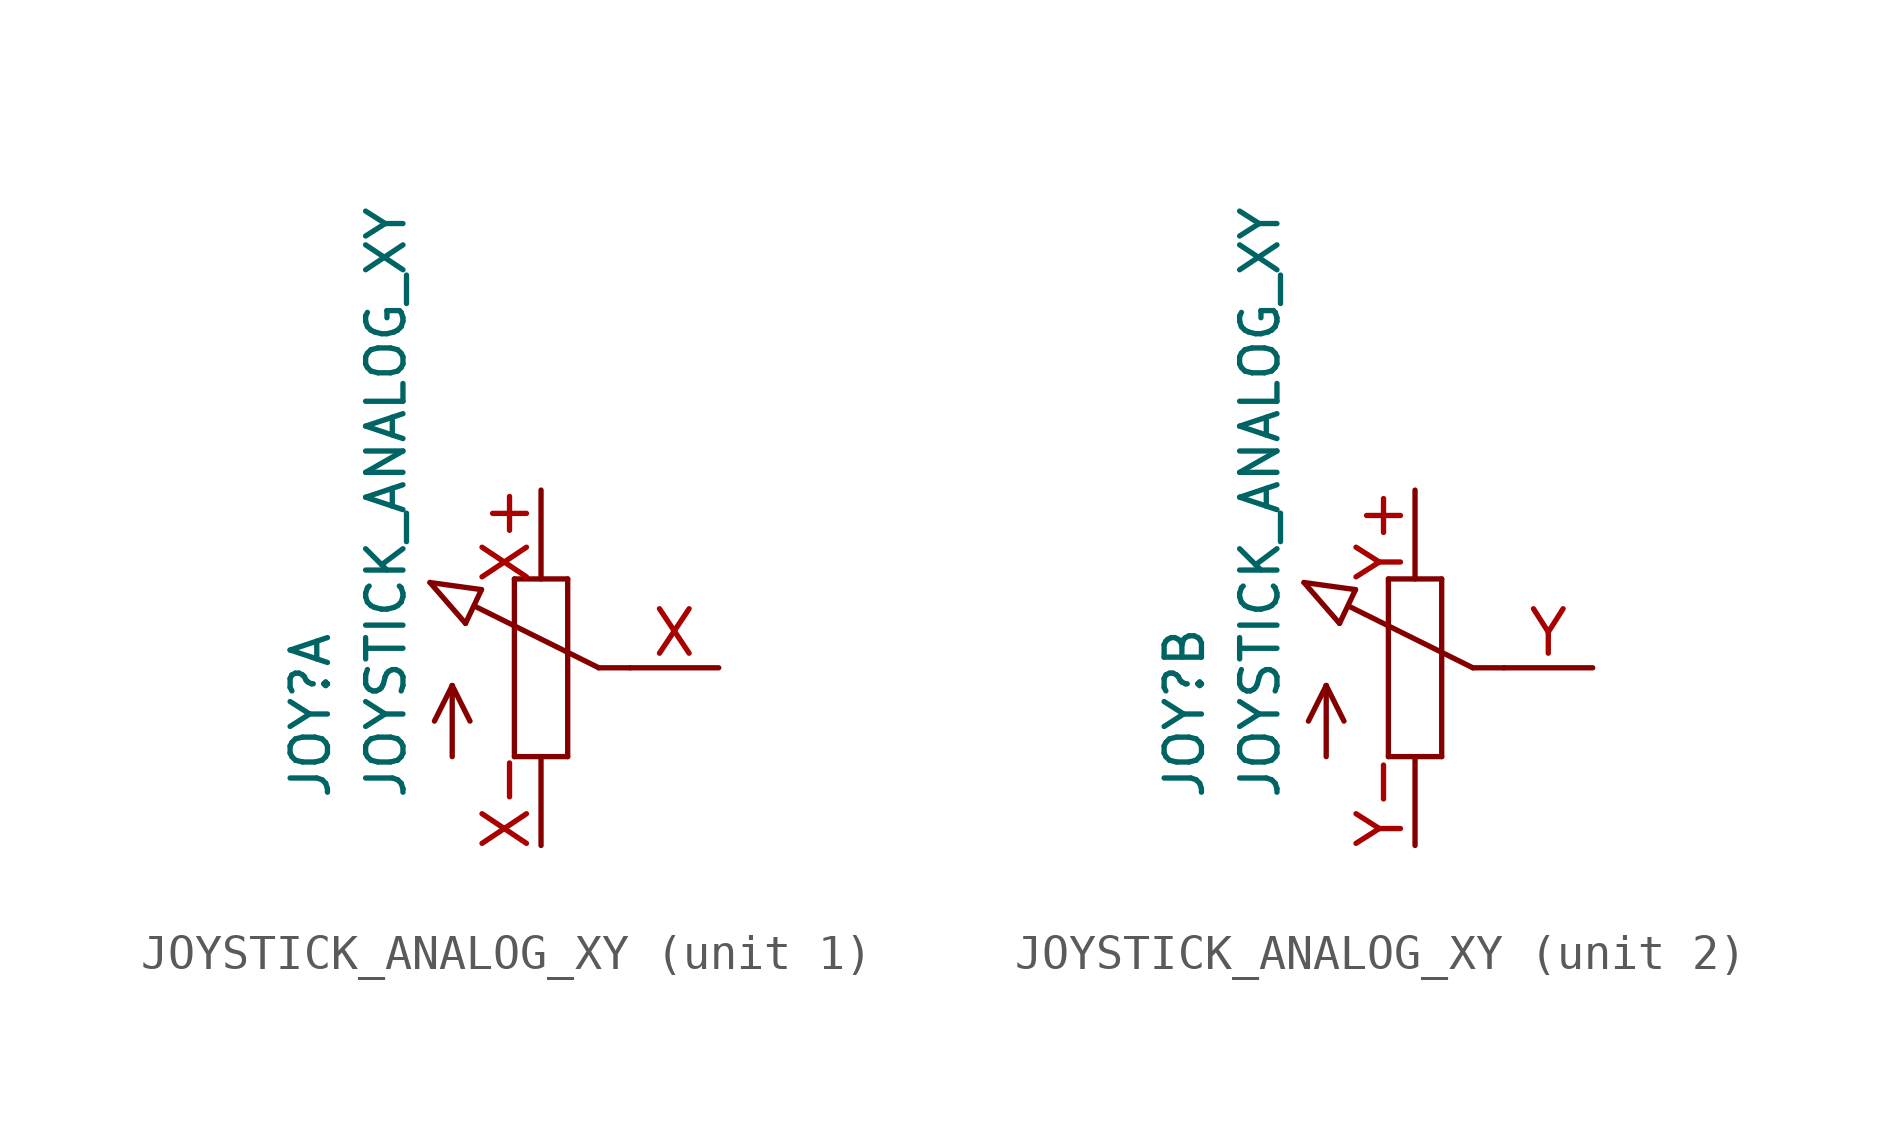
<source format=kicad_sym>
(kicad_symbol_lib
  (version 20220914)
  (generator kicad_symbol_editor)
  (symbol "JOYSTICK_ANALOG_XY"
    (pin_names
      (offset 1.016))
    (property "Reference" "JOY"
      (at -5.969 -3.81 90)
      (effects (font (size 1.067 1.067)) (justify left bottom)))
    (property "Value" "JOYSTICK_ANALOG_XY"
      (at -3.81 -3.81 90)
      (effects (font (size 1.067 1.067)) (justify left bottom)))
    (property "ki_locked" ""
      (at 0 0 0)
      (effects (font (size 1.27 1.27))))
    (symbol "JOYSTICK_ANALOG_XY_1_0"
      (polyline (pts (xy -3.175 2.438) (xy -1.702 2.235)) (stroke (width 0) (type solid)) (fill (type none)))
      (polyline (pts (xy -2.54 -2.54) (xy -2.54 -0.508)) (stroke (width 0) (type solid)) (fill (type none)))
      (polyline (pts (xy -2.54 -0.508) (xy -3.048 -1.524)) (stroke (width 0) (type solid)) (fill (type none)))
      (polyline (pts (xy -2.54 -0.508) (xy -2.032 -1.524)) (stroke (width 0) (type solid)) (fill (type none)))
      (polyline (pts (xy -2.159 1.27) (xy -3.175 2.438)) (stroke (width 0) (type solid)) (fill (type none)))
      (polyline (pts (xy -2.159 1.27) (xy -1.702 2.235)) (stroke (width 0) (type solid)) (fill (type none)))
      (polyline (pts (xy -0.762 -2.54) (xy 0.762 -2.54)) (stroke (width 0) (type solid)) (fill (type none)))
      (polyline (pts (xy -0.762 2.54) (xy -0.762 -2.54)) (stroke (width 0) (type solid)) (fill (type none)))
      (polyline (pts (xy 0.762 -2.54) (xy 0.762 2.54)) (stroke (width 0) (type solid)) (fill (type none)))
      (polyline (pts (xy 0.762 2.54) (xy -0.762 2.54)) (stroke (width 0) (type solid)) (fill (type none)))
      (polyline (pts (xy 1.651 0) (xy -1.88 1.753)) (stroke (width 0) (type solid)) (fill (type none)))
      (polyline (pts (xy 2.54 0) (xy 1.651 0)) (stroke (width 0) (type solid)) (fill (type none)))
      (pin passive line (at 5.08 0 180) (length 2.54) (name "S" (effects (font (size 0 0)))) (number "X" (effects (font (size 1.27 1.27)))))
      (pin passive line (at 0 5.08 270) (length 2.54) (name "E" (effects (font (size 0 0)))) (number "X+" (effects (font (size 1.27 1.27)))))
      (pin passive line (at 0 -5.08 90) (length 2.54) (name "A" (effects (font (size 0 0)))) (number "X-" (effects (font (size 1.27 1.27))))))
    (symbol "JOYSTICK_ANALOG_XY_2_0"
      (polyline (pts (xy -3.175 2.438) (xy -1.702 2.235)) (stroke (width 0) (type solid)) (fill (type none)))
      (polyline (pts (xy -2.54 -2.54) (xy -2.54 -0.508)) (stroke (width 0) (type solid)) (fill (type none)))
      (polyline (pts (xy -2.54 -0.508) (xy -3.048 -1.524)) (stroke (width 0) (type solid)) (fill (type none)))
      (polyline (pts (xy -2.54 -0.508) (xy -2.032 -1.524)) (stroke (width 0) (type solid)) (fill (type none)))
      (polyline (pts (xy -2.159 1.27) (xy -3.175 2.438)) (stroke (width 0) (type solid)) (fill (type none)))
      (polyline (pts (xy -2.159 1.27) (xy -1.702 2.235)) (stroke (width 0) (type solid)) (fill (type none)))
      (polyline (pts (xy -0.762 -2.54) (xy 0.762 -2.54)) (stroke (width 0) (type solid)) (fill (type none)))
      (polyline (pts (xy -0.762 2.54) (xy -0.762 -2.54)) (stroke (width 0) (type solid)) (fill (type none)))
      (polyline (pts (xy 0.762 -2.54) (xy 0.762 2.54)) (stroke (width 0) (type solid)) (fill (type none)))
      (polyline (pts (xy 0.762 2.54) (xy -0.762 2.54)) (stroke (width 0) (type solid)) (fill (type none)))
      (polyline (pts (xy 1.651 0) (xy -1.88 1.753)) (stroke (width 0) (type solid)) (fill (type none)))
      (polyline (pts (xy 2.54 0) (xy 1.651 0)) (stroke (width 0) (type solid)) (fill (type none)))
      (pin passive line (at 5.08 0 180) (length 2.54) (name "S" (effects (font (size 0 0)))) (number "Y" (effects (font (size 1.27 1.27)))))
      (pin passive line (at 0 5.08 270) (length 2.54) (name "E" (effects (font (size 0 0)))) (number "Y+" (effects (font (size 1.27 1.27)))))
      (pin passive line (at 0 -5.08 90) (length 2.54) (name "A" (effects (font (size 0 0)))) (number "Y-" (effects (font (size 1.27 1.27))))))))
</source>
